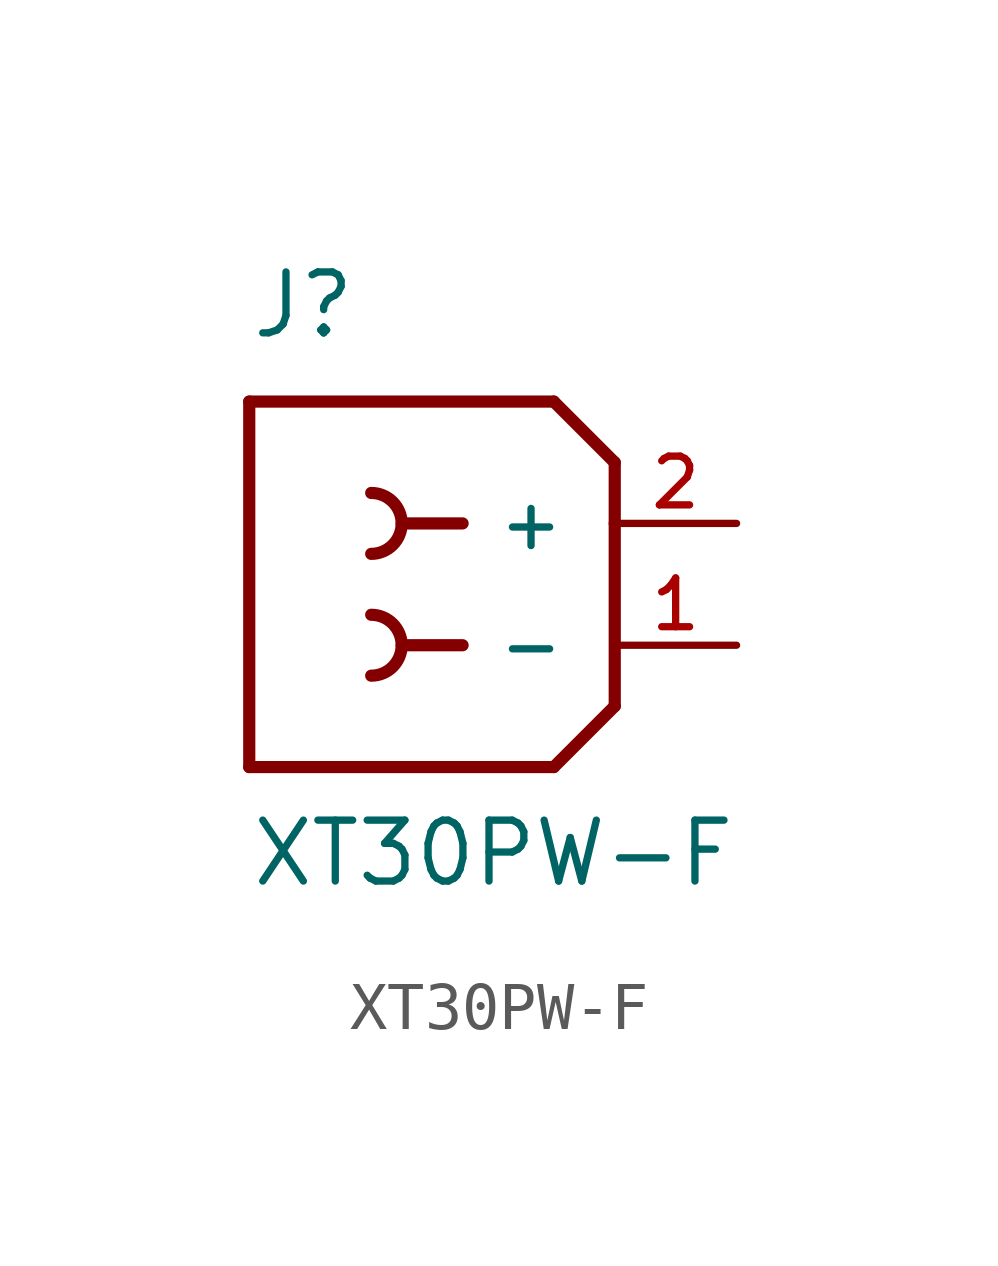
<source format=kicad_sym>
(kicad_symbol_lib
  (version 20231120)
  (generator "kicad_symbol_editor")
  (generator_version "8.0")
  (symbol "XT30PW-F"
    (pin_names
      (offset 1.016))
    (property "Reference" "J"
      (at -7.62 3.81 0)
      (effects (font (size 1.27 1.27)) (justify left bottom)))
    (property "Value" "XT30PW-F"
      (at -7.62 -7.62 0)
      (effects (font (size 1.27 1.27)) (justify left bottom)))
    (symbol "XT30PW-F_0_0"
      (arc (start -5.0773 -3.175) (mid -4.445 -2.54) (end -5.0773 -1.905) (stroke (width 0.254) (type default)) (fill (type none)))
      (arc (start -5.0773 -0.635) (mid -4.445 0) (end -5.0773 0.635) (stroke (width 0.254) (type default)) (fill (type none)))
      (polyline (pts (xy -7.62 -5.08) (xy -7.62 2.54)) (stroke (width 0.254) (type default)) (fill (type none)))
      (polyline (pts (xy -7.62 2.54) (xy -1.27 2.54)) (stroke (width 0.254) (type default)) (fill (type none)))
      (polyline (pts (xy -3.172 -2.54) (xy -4.442 -2.54)) (stroke (width 0.254) (type default)) (fill (type none)))
      (polyline (pts (xy -3.172 0) (xy -4.442 0)) (stroke (width 0.254) (type default)) (fill (type none)))
      (polyline (pts (xy -1.27 -5.08) (xy -7.62 -5.08)) (stroke (width 0.254) (type default)) (fill (type none)))
      (polyline (pts (xy 0 -3.81) (xy -1.27 -5.08)) (stroke (width 0.254) (type default)) (fill (type none)))
      (polyline (pts (xy 0 0) (xy 0 -3.81)) (stroke (width 0.254) (type default)) (fill (type none)))
      (polyline (pts (xy 0 1.27) (xy -1.27 2.54)) (stroke (width 0.254) (type default)) (fill (type none)))
      (polyline (pts (xy 0 1.27) (xy 0 0)) (stroke (width 0.254) (type default)) (fill (type none))))
    (symbol "XT30PW-F_1_0"
      (pin power_in line (at 2.54 -2.54 180) (length 2.54) (name "-" (effects (font (size 1.016 1.016)))) (number "1" (effects (font (size 1.016 1.016)))))
      (pin power_in line (at 2.54 0 180) (length 2.54) (name "+" (effects (font (size 1.016 1.016)))) (number "2" (effects (font (size 1.016 1.016))))))))
</source>
